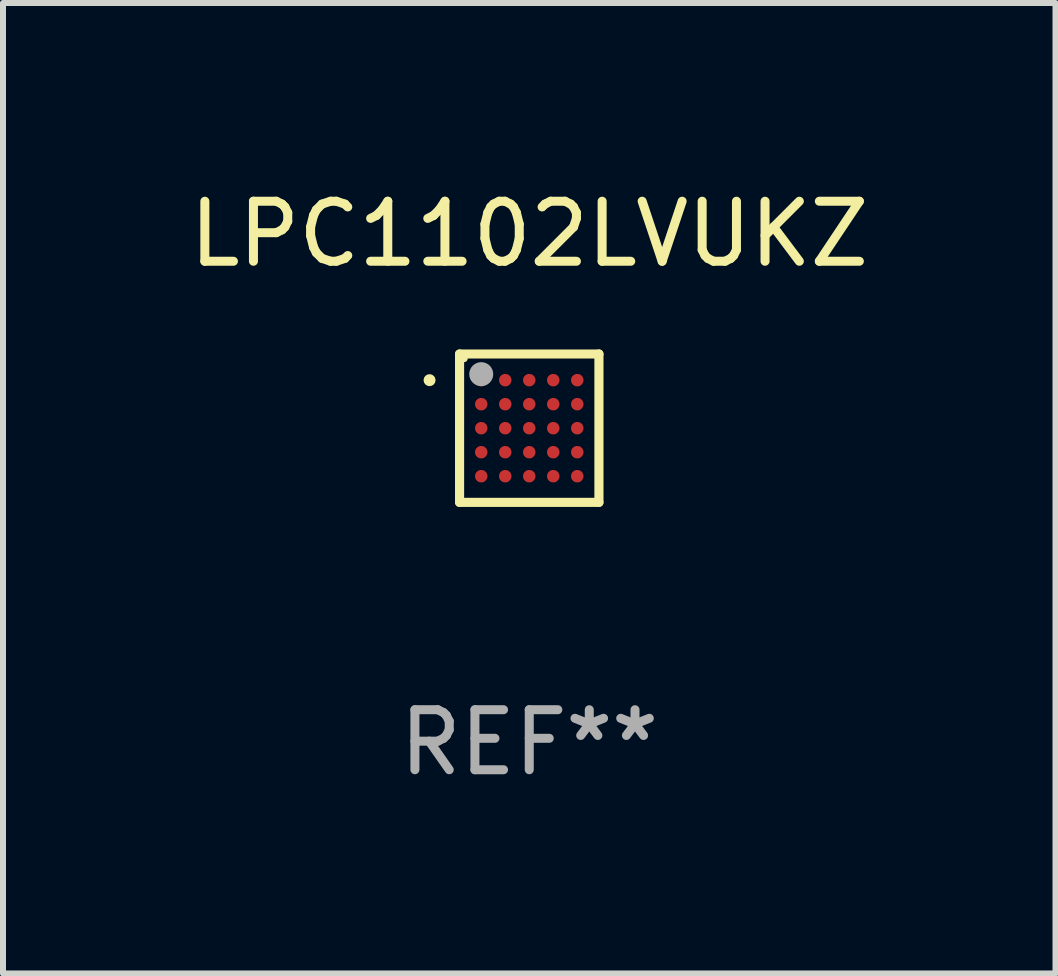
<source format=kicad_pcb>
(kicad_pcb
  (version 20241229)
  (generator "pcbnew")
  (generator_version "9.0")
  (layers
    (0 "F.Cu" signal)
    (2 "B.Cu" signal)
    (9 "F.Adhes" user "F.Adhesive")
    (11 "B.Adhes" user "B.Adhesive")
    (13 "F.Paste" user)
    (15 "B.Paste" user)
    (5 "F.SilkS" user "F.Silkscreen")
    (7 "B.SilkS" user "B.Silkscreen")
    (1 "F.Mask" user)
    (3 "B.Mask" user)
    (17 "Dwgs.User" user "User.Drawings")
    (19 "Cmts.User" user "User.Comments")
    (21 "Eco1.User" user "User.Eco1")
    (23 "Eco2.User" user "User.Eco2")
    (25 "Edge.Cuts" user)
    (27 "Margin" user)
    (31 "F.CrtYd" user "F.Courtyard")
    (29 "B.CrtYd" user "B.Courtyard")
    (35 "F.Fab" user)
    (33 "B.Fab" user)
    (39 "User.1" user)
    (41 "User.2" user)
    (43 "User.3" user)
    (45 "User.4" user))
  (footprint "LPC1102LVUKZ"
    (layer "F.Cu")
    (at 5.768 4.084)
    (property "Reference" "LPC1102LVUKZ" (at 0 -3.236 0) (layer "F.SilkS") (effects (font (size 1 1) (thickness 0.15))))
    (attr through_hole)
    (fp_line (start -1.161 -1.236) (end 1.161 -1.236) (stroke (width 0.152) (type solid)) (layer "F.SilkS"))
    (fp_line (start -1.161 1.236) (end -1.161 -1.236) (stroke (width 0.152) (type solid)) (layer "F.SilkS"))
    (fp_line (start 1.161 -1.236) (end 1.161 1.236) (stroke (width 0.152) (type solid)) (layer "F.SilkS"))
    (fp_line (start 1.161 1.236) (end -1.161 1.236) (stroke (width 0.152) (type solid)) (layer "F.SilkS"))
    (fp_circle (center -1.661 -0.8) (end -1.611 -0.8) (stroke (width 0.1) (type solid)) (fill no) (layer "F.SilkS"))
    (fp_circle (center -1.085 -1.16) (end -1.055 -1.16) (stroke (width 0.06) (type solid)) (fill no) (layer "F.SilkS"))
    (fp_circle (center -0.8 -0.9) (end -0.7 -0.9) (stroke (width 0.2) (type solid)) (fill no) (layer "F.Fab"))
    (fp_text user "REF**" (at 0 5.236 0) (layer "F.Fab") (effects (font (size 1 1) (thickness 0.15))))
    (pad "A1" smd circle (at -0.8 -0.8) (size 0.208 0.208) (layers "F.Cu" "F.Mask" "F.Paste"))
    (pad "A2" smd circle (at -0.4 -0.8) (size 0.208 0.208) (layers "F.Cu" "F.Mask" "F.Paste"))
    (pad "A3" smd circle (at 0 -0.8) (size 0.208 0.208) (layers "F.Cu" "F.Mask" "F.Paste"))
    (pad "A4" smd circle (at 0.4 -0.8) (size 0.208 0.208) (layers "F.Cu" "F.Mask" "F.Paste"))
    (pad "A5" smd circle (at 0.8 -0.8) (size 0.208 0.208) (layers "F.Cu" "F.Mask" "F.Paste"))
    (pad "B1" smd circle (at -0.8 -0.4) (size 0.208 0.208) (layers "F.Cu" "F.Mask" "F.Paste"))
    (pad "B2" smd circle (at -0.4 -0.4) (size 0.208 0.208) (layers "F.Cu" "F.Mask" "F.Paste"))
    (pad "B3" smd circle (at 0 -0.4) (size 0.208 0.208) (layers "F.Cu" "F.Mask" "F.Paste"))
    (pad "B4" smd circle (at 0.4 -0.4) (size 0.208 0.208) (layers "F.Cu" "F.Mask" "F.Paste"))
    (pad "B5" smd circle (at 0.8 -0.4) (size 0.208 0.208) (layers "F.Cu" "F.Mask" "F.Paste"))
    (pad "C1" smd circle (at -0.8 0) (size 0.208 0.208) (layers "F.Cu" "F.Mask" "F.Paste"))
    (pad "C2" smd circle (at -0.4 0) (size 0.208 0.208) (layers "F.Cu" "F.Mask" "F.Paste"))
    (pad "C3" smd circle (at 0 0) (size 0.208 0.208) (layers "F.Cu" "F.Mask" "F.Paste"))
    (pad "C4" smd circle (at 0.4 0) (size 0.208 0.208) (layers "F.Cu" "F.Mask" "F.Paste"))
    (pad "C5" smd circle (at 0.8 0) (size 0.208 0.208) (layers "F.Cu" "F.Mask" "F.Paste"))
    (pad "D1" smd circle (at -0.8 0.4) (size 0.208 0.208) (layers "F.Cu" "F.Mask" "F.Paste"))
    (pad "D2" smd circle (at -0.4 0.4) (size 0.208 0.208) (layers "F.Cu" "F.Mask" "F.Paste"))
    (pad "D3" smd circle (at 0 0.4) (size 0.208 0.208) (layers "F.Cu" "F.Mask" "F.Paste"))
    (pad "D4" smd circle (at 0.4 0.4) (size 0.208 0.208) (layers "F.Cu" "F.Mask" "F.Paste"))
    (pad "D5" smd circle (at 0.8 0.4) (size 0.208 0.208) (layers "F.Cu" "F.Mask" "F.Paste"))
    (pad "E1" smd circle (at -0.8 0.8) (size 0.208 0.208) (layers "F.Cu" "F.Mask" "F.Paste"))
    (pad "E2" smd circle (at -0.4 0.8) (size 0.208 0.208) (layers "F.Cu" "F.Mask" "F.Paste"))
    (pad "E3" smd circle (at 0 0.8) (size 0.208 0.208) (layers "F.Cu" "F.Mask" "F.Paste"))
    (pad "E4" smd circle (at 0.4 0.8) (size 0.208 0.208) (layers "F.Cu" "F.Mask" "F.Paste"))
    (pad "E5" smd circle (at 0.8 0.8) (size 0.208 0.208) (layers "F.Cu" "F.Mask" "F.Paste")))
  (gr_rect
    (start -3 -3)
    (end 14.536 13.169)
    (stroke (width 0.1) (type default))
    (fill no)
    (layer "Edge.Cuts")))
</source>
